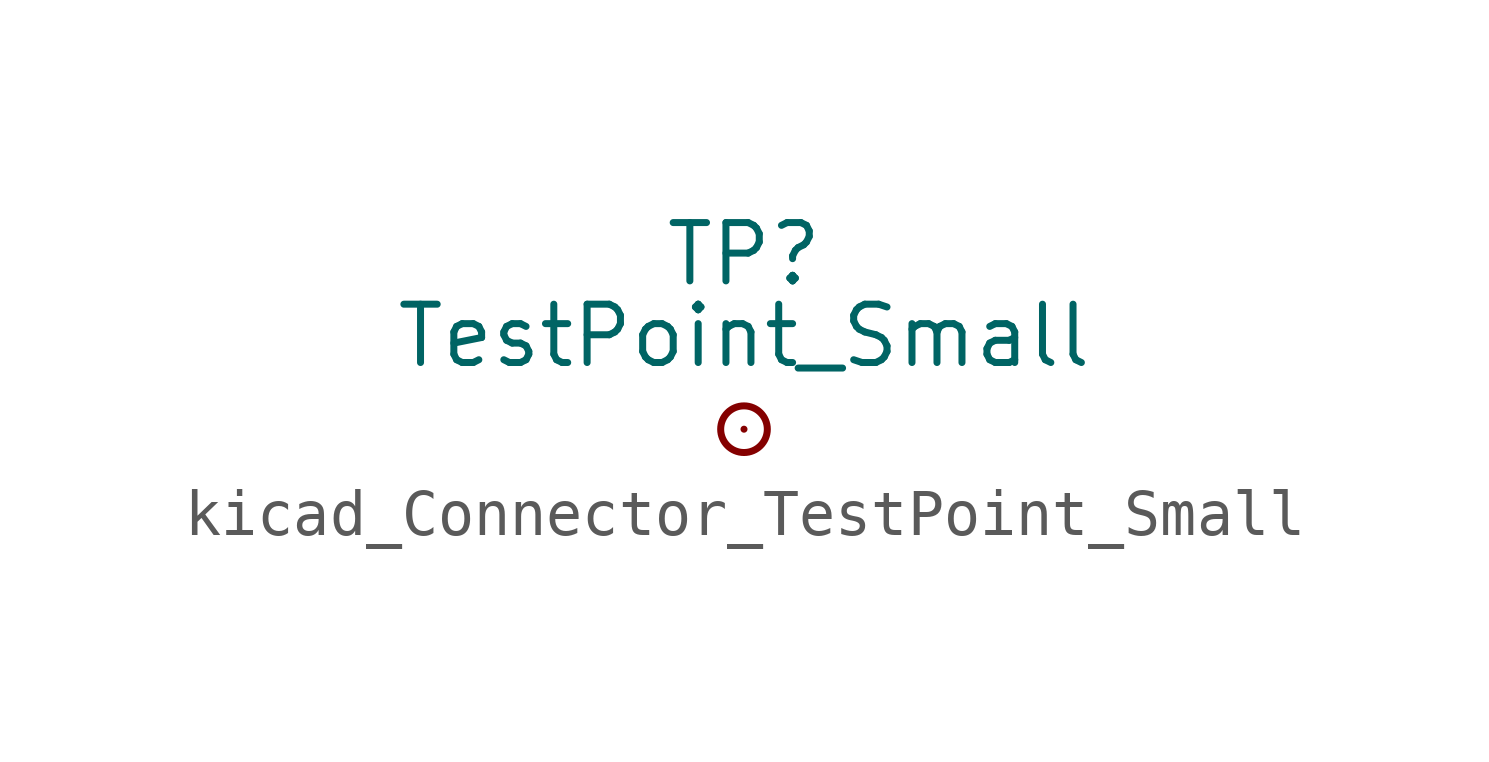
<source format=kicad_sym>
(kicad_symbol_lib
  (version 20220914)
  (generator kicad_symbol_editor)
  (symbol "kicad_Connector_TestPoint_Small"
    (pin_numbers hide)
    (pin_names
      (offset 0.762) hide)
    (property "Reference" "TP"
      (at 0 3.81 0)
      (effects (font (size 1.27 1.27))))
    (property "Value" "TestPoint_Small"
      (at 0 2.032 0)
      (effects (font (size 1.27 1.27))))
    (symbol "kicad_Connector_TestPoint_Small_0_1"
      (circle (center 0 0) (radius 0.508) (stroke (width 0) (type default)) (fill (type none))))
    (symbol "kicad_Connector_TestPoint_Small_1_1"
      (pin passive line (at 0 0 90) (length 0) (name "1" (effects (font (size 1.27 1.27)))) (number "1" (effects (font (size 1.27 1.27))))))))
</source>
